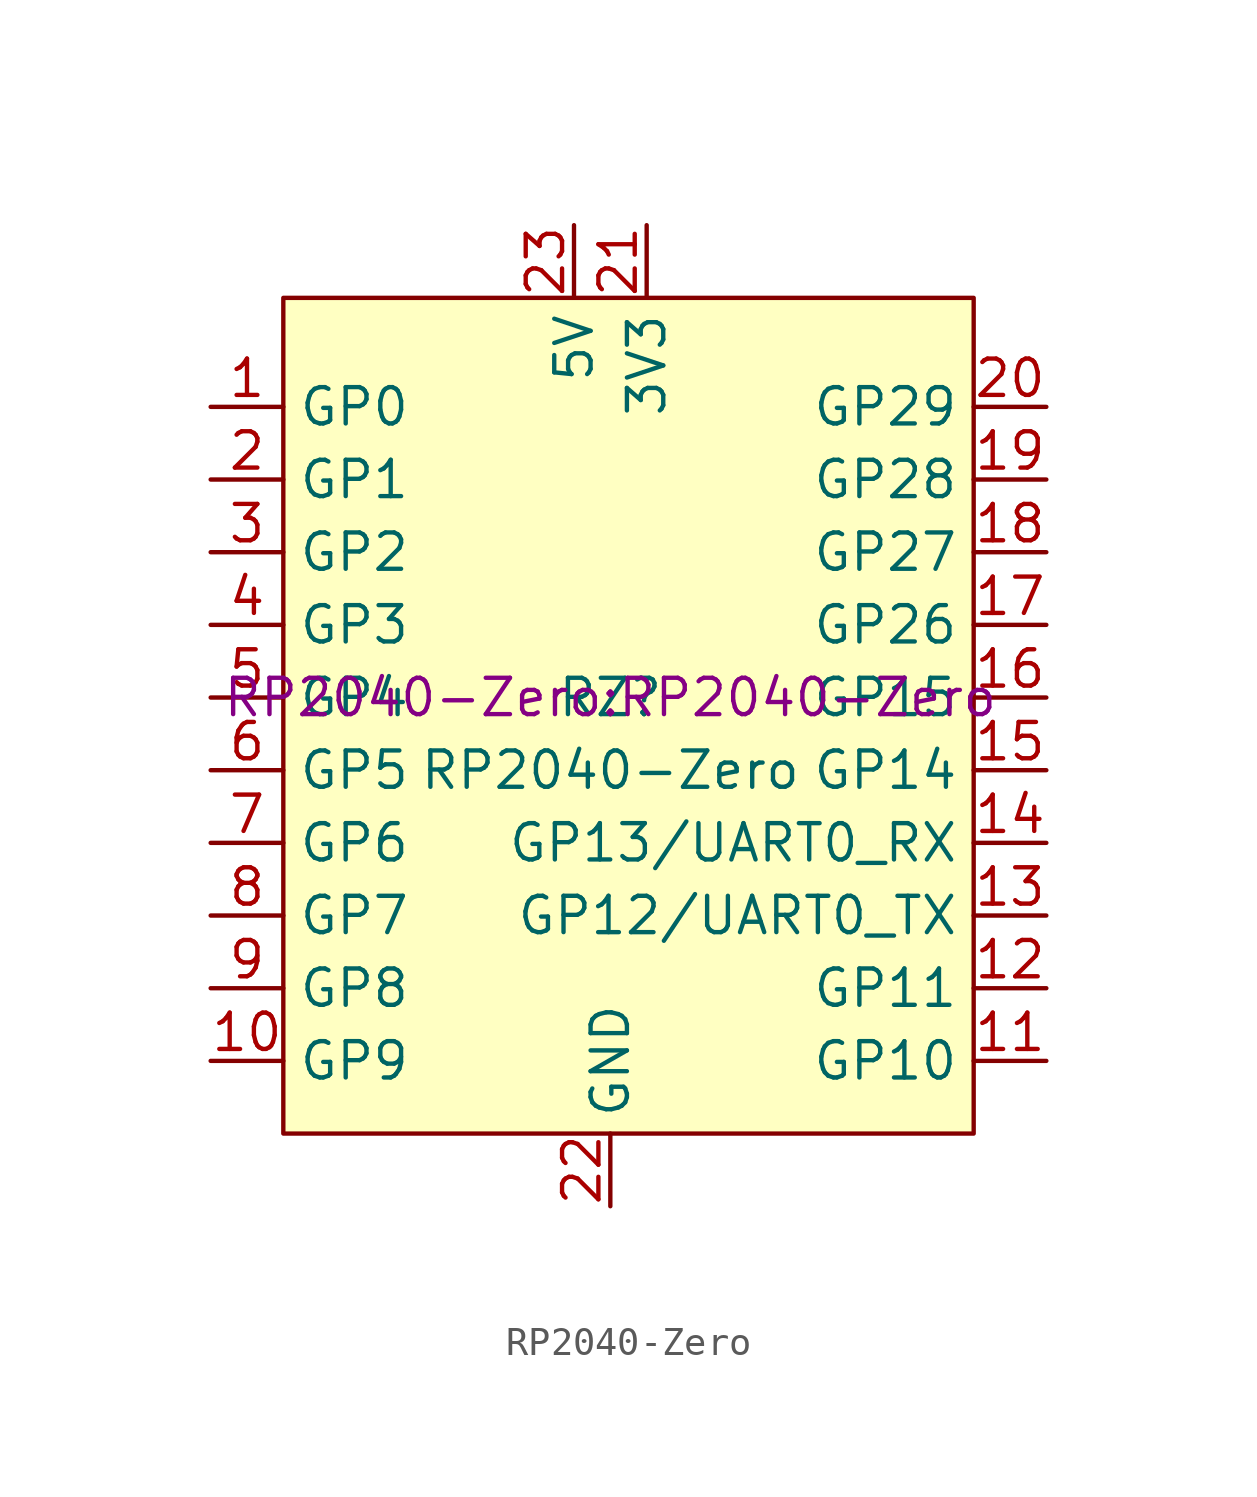
<source format=kicad_sym>
(kicad_symbol_lib
  (version 20211014)
  (generator kicad_symbol_editor)
  (symbol "RP2040-Zero"
    (property "Reference" "RZ"
      (at 0 0 0)
      (effects (font (size 1.27 1.27))))
    (property "Value" "RP2040-Zero"
      (at 0 -2.54 0)
      (effects (font (size 1.27 1.27))))
    (property "Footprint" "RP2040-Zero:RP2040-Zero"
      (at 0 0 0)
      (effects (font (size 1.27 1.27))))
    (symbol "RP2040-Zero_0_1"
      (rectangle (start -11.43 -15.24) (end 12.7 13.97) (stroke (width 0) (type default) (color 0 0 0 0)) (fill (type background))))
    (symbol "RP2040-Zero_1_1"
      (pin bidirectional line (at -13.97 10.16 0) (length 2.54) (name "GP0" (effects (font (size 1.27 1.27)))) (number "1" (effects (font (size 1.27 1.27)))))
      (pin bidirectional line (at -13.97 -12.7 0) (length 2.54) (name "GP9" (effects (font (size 1.27 1.27)))) (number "10" (effects (font (size 1.27 1.27)))))
      (pin bidirectional line (at 15.24 -12.7 180) (length 2.54) (name "GP10" (effects (font (size 1.27 1.27)))) (number "11" (effects (font (size 1.27 1.27)))))
      (pin bidirectional line (at 15.24 -10.16 180) (length 2.54) (name "GP11" (effects (font (size 1.27 1.27)))) (number "12" (effects (font (size 1.27 1.27)))))
      (pin bidirectional line (at 15.24 -7.62 180) (length 2.54) (name "GP12/UART0_TX" (effects (font (size 1.27 1.27)))) (number "13" (effects (font (size 1.27 1.27)))))
      (pin bidirectional line (at 15.24 -5.08 180) (length 2.54) (name "GP13/UART0_RX" (effects (font (size 1.27 1.27)))) (number "14" (effects (font (size 1.27 1.27)))))
      (pin bidirectional line (at 15.24 -2.54 180) (length 2.54) (name "GP14" (effects (font (size 1.27 1.27)))) (number "15" (effects (font (size 1.27 1.27)))))
      (pin bidirectional line (at 15.24 0 180) (length 2.54) (name "GP15" (effects (font (size 1.27 1.27)))) (number "16" (effects (font (size 1.27 1.27)))))
      (pin bidirectional line (at 15.24 2.54 180) (length 2.54) (name "GP26" (effects (font (size 1.27 1.27)))) (number "17" (effects (font (size 1.27 1.27)))))
      (pin bidirectional line (at 15.24 5.08 180) (length 2.54) (name "GP27" (effects (font (size 1.27 1.27)))) (number "18" (effects (font (size 1.27 1.27)))))
      (pin bidirectional line (at 15.24 7.62 180) (length 2.54) (name "GP28" (effects (font (size 1.27 1.27)))) (number "19" (effects (font (size 1.27 1.27)))))
      (pin bidirectional line (at -13.97 7.62 0) (length 2.54) (name "GP1" (effects (font (size 1.27 1.27)))) (number "2" (effects (font (size 1.27 1.27)))))
      (pin bidirectional line (at 15.24 10.16 180) (length 2.54) (name "GP29" (effects (font (size 1.27 1.27)))) (number "20" (effects (font (size 1.27 1.27)))))
      (pin power_in line (at 1.27 16.51 270) (length 2.54) (name "3V3" (effects (font (size 1.27 1.27)))) (number "21" (effects (font (size 1.27 1.27)))))
      (pin power_in line (at 0 -17.78 90) (length 2.54) (name "GND" (effects (font (size 1.27 1.27)))) (number "22" (effects (font (size 1.27 1.27)))))
      (pin power_in line (at -1.27 16.51 270) (length 2.54) (name "5V" (effects (font (size 1.27 1.27)))) (number "23" (effects (font (size 1.27 1.27)))))
      (pin bidirectional line (at -13.97 5.08 0) (length 2.54) (name "GP2" (effects (font (size 1.27 1.27)))) (number "3" (effects (font (size 1.27 1.27)))))
      (pin bidirectional line (at -13.97 2.54 0) (length 2.54) (name "GP3" (effects (font (size 1.27 1.27)))) (number "4" (effects (font (size 1.27 1.27)))))
      (pin bidirectional line (at -13.97 0 0) (length 2.54) (name "GP4" (effects (font (size 1.27 1.27)))) (number "5" (effects (font (size 1.27 1.27)))))
      (pin bidirectional line (at -13.97 -2.54 0) (length 2.54) (name "GP5" (effects (font (size 1.27 1.27)))) (number "6" (effects (font (size 1.27 1.27)))))
      (pin bidirectional line (at -13.97 -5.08 0) (length 2.54) (name "GP6" (effects (font (size 1.27 1.27)))) (number "7" (effects (font (size 1.27 1.27)))))
      (pin bidirectional line (at -13.97 -7.62 0) (length 2.54) (name "GP7" (effects (font (size 1.27 1.27)))) (number "8" (effects (font (size 1.27 1.27)))))
      (pin bidirectional line (at -13.97 -10.16 0) (length 2.54) (name "GP8" (effects (font (size 1.27 1.27)))) (number "9" (effects (font (size 1.27 1.27))))))))
</source>
